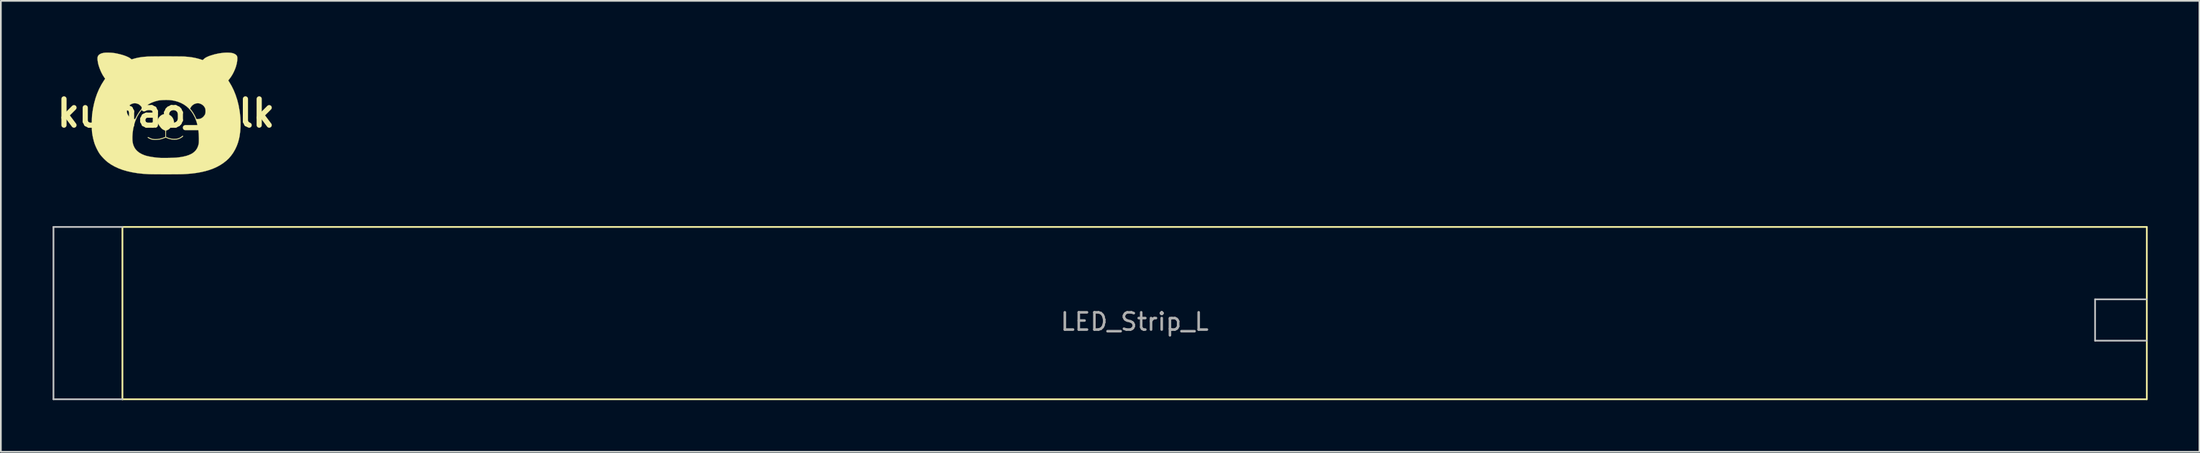
<source format=kicad_pcb>
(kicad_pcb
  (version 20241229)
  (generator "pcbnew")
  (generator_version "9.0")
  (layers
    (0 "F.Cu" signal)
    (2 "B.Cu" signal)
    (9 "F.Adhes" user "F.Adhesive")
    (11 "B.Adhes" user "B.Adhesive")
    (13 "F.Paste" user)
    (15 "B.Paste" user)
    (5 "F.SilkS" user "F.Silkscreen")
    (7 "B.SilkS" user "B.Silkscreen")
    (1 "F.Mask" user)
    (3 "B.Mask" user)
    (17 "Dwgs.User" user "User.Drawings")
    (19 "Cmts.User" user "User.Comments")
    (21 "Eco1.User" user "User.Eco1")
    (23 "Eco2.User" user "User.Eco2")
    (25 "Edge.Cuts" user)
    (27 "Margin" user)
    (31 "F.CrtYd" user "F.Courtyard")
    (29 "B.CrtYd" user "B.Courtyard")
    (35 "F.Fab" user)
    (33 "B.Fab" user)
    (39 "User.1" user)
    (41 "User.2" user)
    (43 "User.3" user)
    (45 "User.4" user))
  (footprint "LED_Strip_L"
    (layer "F.Cu")
    (at 62.75 15.122)
    (property "Reference" "LED_Strip_L" (at 0 0.5 0) (layer "F.Fab") (effects (font (size 1 1) (thickness 0.15))))
    (attr through_hole)
    (fp_line (start -58.7 -5) (end 58.7 -5) (stroke (width 0.1) (type solid)) (layer "F.SilkS"))
    (fp_line (start -58.7 5) (end -58.7 -5) (stroke (width 0.1) (type solid)) (layer "F.SilkS"))
    (fp_line (start 58.7 -5) (end 58.7 5) (stroke (width 0.1) (type solid)) (layer "F.SilkS"))
    (fp_line (start 58.7 5) (end -58.7 5) (stroke (width 0.1) (type solid)) (layer "F.SilkS"))
    (fp_line (start -62.7 -5) (end -62.7 5) (stroke (width 0.1) (type solid)) (layer "Dwgs.User"))
    (fp_line (start -62.7 5) (end -58.7 5) (stroke (width 0.1) (type solid)) (layer "Dwgs.User"))
    (fp_line (start -58.7 -5) (end -62.7 -5) (stroke (width 0.1) (type solid)) (layer "Dwgs.User"))
    (fp_line (start 55.7 -0.8) (end 58.7 -0.8) (stroke (width 0.1) (type solid)) (layer "Dwgs.User"))
    (fp_line (start 55.7 1.6) (end 55.7 -0.8) (stroke (width 0.1) (type solid)) (layer "Dwgs.User"))
    (fp_line (start 58.7 1.6) (end 55.7 1.6) (stroke (width 0.1) (type solid)) (layer "Dwgs.User")))
  (footprint "kumao_silk"
    (layer "F.Cu")
    (at 6.575 3.524)
    (property "Reference" "kumao_silk" (at 0 0 0) (layer "F.SilkS") (effects (font (size 1.524 1.524) (thickness 0.3))))
    (attr through_hole)
    (fp_poly (pts (xy 0.04 0.052) (xy 0.082 0.055) (xy 0.114 0.06) (xy 0.144 0.069) (xy 0.178 0.084) (xy 0.188 0.089) (xy 0.276 0.143) (xy 0.349 0.214) (xy 0.405 0.298) (xy 0.443 0.395) (xy 0.453 0.442) (xy 0.466 0.516) (xy 0.417 0.607) (xy 0.375 0.678) (xy 0.327 0.749) (xy 0.277 0.815) (xy 0.229 0.87) (xy 0.192 0.906) (xy 0.146 0.939) (xy 0.098 0.966) (xy 0.056 0.986) (xy 0.024 0.993) (xy 0.024 0.993) (xy 0.015 0.994) (xy 0.009 0.999) (xy 0.004 1.012) (xy 0.002 1.035) (xy 0.001 1.072) (xy 0.000061 1.127) (xy 0 1.182) (xy 0 1.371) (xy 0.066 1.4) (xy 0.176 1.442) (xy 0.288 1.47) (xy 0.41 1.484) (xy 0.445 1.486) (xy 0.565 1.485) (xy 0.671 1.47) (xy 0.767 1.438) (xy 0.855 1.39) (xy 0.918 1.344) (xy 0.952 1.318) (xy 0.974 1.306) (xy 0.987 1.305) (xy 0.992 1.31) (xy 0.993 1.327) (xy 0.976 1.351) (xy 0.944 1.38) (xy 0.901 1.41) (xy 0.848 1.441) (xy 0.791 1.469) (xy 0.731 1.494) (xy 0.704 1.503) (xy 0.603 1.524) (xy 0.489 1.531) (xy 0.368 1.523) (xy 0.245 1.502) (xy 0.125 1.467) (xy 0.053 1.438) (xy -0.014 1.409) (xy -0.122 1.449) (xy -0.233 1.487) (xy -0.334 1.514) (xy -0.431 1.531) (xy -0.534 1.54) (xy -0.566 1.542) (xy -0.65 1.543) (xy -0.717 1.54) (xy -0.774 1.532) (xy -0.79 1.529) (xy -0.85 1.513) (xy -0.909 1.492) (xy -0.962 1.469) (xy -1.007 1.445) (xy -1.039 1.422) (xy -1.057 1.401) (xy -1.055 1.386) (xy -1.055 1.386) (xy -1.041 1.382) (xy -1.017 1.39) (xy -0.986 1.408) (xy -0.882 1.459) (xy -0.766 1.492) (xy -0.639 1.506) (xy -0.502 1.501) (xy -0.358 1.478) (xy -0.207 1.437) (xy -0.193 1.432) (xy -0.145 1.415) (xy -0.103 1.4) (xy -0.072 1.387) (xy -0.066 1.385) (xy -0.035 1.37) (xy -0.035 1.187) (xy -0.035 1.118) (xy -0.036 1.068) (xy -0.038 1.034) (xy -0.041 1.014) (xy -0.046 1.003) (xy -0.054 0.998) (xy -0.055 0.997) (xy -0.149 0.957) (xy -0.219 0.911) (xy -0.265 0.868) (xy -0.316 0.809) (xy -0.369 0.74) (xy -0.418 0.666) (xy -0.451 0.607) (xy -0.5 0.516) (xy -0.488 0.442) (xy -0.459 0.341) (xy -0.411 0.251) (xy -0.346 0.173) (xy -0.264 0.111) (xy -0.223 0.089) (xy -0.186 0.072) (xy -0.156 0.062) (xy -0.125 0.056) (xy -0.087 0.053) (xy -0.034 0.052) (xy -0.017 0.052) (xy 0.04 0.052)) (stroke (width 0.01) (type solid)) (fill yes) (layer "F.SilkS"))
    (fp_poly (pts (xy -3.251 -3.516) (xy -3.148 -3.51) (xy -3.049 -3.5) (xy -2.961 -3.488) (xy -2.808 -3.458) (xy -2.66 -3.423) (xy -2.52 -3.384) (xy -2.391 -3.342) (xy -2.275 -3.297) (xy -2.175 -3.251) (xy -2.094 -3.204) (xy -2.044 -3.167) (xy -1.996 -3.126) (xy -1.873 -3.162) (xy -1.719 -3.203) (xy -1.566 -3.235) (xy -1.409 -3.26) (xy -1.241 -3.278) (xy -1.057 -3.291) (xy -1.001 -3.293) (xy -0.924 -3.295) (xy -0.828 -3.296) (xy -0.718 -3.298) (xy -0.594 -3.299) (xy -0.46 -3.3) (xy -0.317 -3.301) (xy -0.17 -3.301) (xy -0.019 -3.301) (xy 0.132 -3.301) (xy 0.281 -3.301) (xy 0.426 -3.3) (xy 0.564 -3.299) (xy 0.692 -3.298) (xy 0.808 -3.297) (xy 0.91 -3.296) (xy 0.994 -3.294) (xy 1.059 -3.292) (xy 1.08 -3.291) (xy 1.301 -3.273) (xy 1.52 -3.244) (xy 1.731 -3.203) (xy 1.929 -3.152) (xy 2.049 -3.114) (xy 2.13 -3.086) (xy 2.203 -3.152) (xy 2.258 -3.198) (xy 2.322 -3.239) (xy 2.398 -3.277) (xy 2.49 -3.316) (xy 2.577 -3.347) (xy 2.834 -3.424) (xy 3.087 -3.478) (xy 3.337 -3.51) (xy 3.475 -3.518) (xy 3.617 -3.518) (xy 3.74 -3.511) (xy 3.843 -3.494) (xy 3.931 -3.468) (xy 4.003 -3.433) (xy 4.051 -3.399) (xy 4.087 -3.366) (xy 4.111 -3.334) (xy 4.127 -3.299) (xy 4.135 -3.255) (xy 4.138 -3.197) (xy 4.138 -3.158) (xy 4.129 -3.023) (xy 4.103 -2.878) (xy 4.063 -2.726) (xy 4.009 -2.572) (xy 3.942 -2.417) (xy 3.866 -2.268) (xy 3.78 -2.127) (xy 3.687 -1.999) (xy 3.675 -1.983) (xy 3.612 -1.906) (xy 3.662 -1.828) (xy 3.806 -1.584) (xy 3.933 -1.325) (xy 4.043 -1.051) (xy 4.136 -0.764) (xy 4.211 -0.465) (xy 4.267 -0.154) (xy 4.284 -0.039) (xy 4.312 0.244) (xy 4.325 0.523) (xy 4.323 0.795) (xy 4.305 1.056) (xy 4.272 1.306) (xy 4.241 1.466) (xy 4.183 1.684) (xy 4.107 1.894) (xy 4.013 2.095) (xy 3.905 2.283) (xy 3.781 2.458) (xy 3.645 2.616) (xy 3.51 2.744) (xy 3.339 2.879) (xy 3.157 3) (xy 2.961 3.109) (xy 2.75 3.204) (xy 2.526 3.287) (xy 2.285 3.358) (xy 2.027 3.417) (xy 1.753 3.465) (xy 1.459 3.501) (xy 1.147 3.525) (xy 1.004 3.533) (xy 0.943 3.535) (xy 0.861 3.537) (xy 0.761 3.538) (xy 0.646 3.54) (xy 0.518 3.541) (xy 0.381 3.541) (xy 0.237 3.542) (xy 0.089 3.542) (xy -0.061 3.542) (xy -0.211 3.542) (xy -0.356 3.541) (xy -0.495 3.541) (xy -0.626 3.54) (xy -0.744 3.538) (xy -0.848 3.537) (xy -0.935 3.535) (xy -1.003 3.533) (xy -1.016 3.532) (xy -1.35 3.511) (xy -1.667 3.475) (xy -1.965 3.425) (xy -2.246 3.362) (xy -2.508 3.286) (xy -2.752 3.195) (xy -2.977 3.091) (xy -3.184 2.974) (xy -3.373 2.843) (xy -3.404 2.818) (xy -3.489 2.745) (xy -3.579 2.66) (xy -3.667 2.568) (xy -3.75 2.476) (xy -3.82 2.388) (xy -3.836 2.366) (xy -3.894 2.278) (xy -3.953 2.174) (xy -4.012 2.06) (xy -4.067 1.942) (xy -4.116 1.826) (xy -4.149 1.733) (xy -4.187 1.604) (xy -4.218 1.478) (xy -1.948 1.478) (xy -1.943 1.593) (xy -1.93 1.696) (xy -1.908 1.791) (xy -1.883 1.87) (xy -1.825 1.995) (xy -1.749 2.107) (xy -1.653 2.206) (xy -1.538 2.294) (xy -1.403 2.37) (xy -1.248 2.435) (xy -1.213 2.447) (xy -1.108 2.478) (xy -0.984 2.506) (xy -0.846 2.532) (xy -0.698 2.554) (xy -0.544 2.573) (xy -0.39 2.586) (xy -0.318 2.591) (xy -0.268 2.592) (xy -0.2 2.593) (xy -0.117 2.593) (xy -0.024 2.593) (xy 0.075 2.592) (xy 0.177 2.59) (xy 0.278 2.588) (xy 0.372 2.585) (xy 0.458 2.582) (xy 0.53 2.579) (xy 0.584 2.576) (xy 0.6 2.575) (xy 0.811 2.55) (xy 1.001 2.517) (xy 1.171 2.477) (xy 1.321 2.427) (xy 1.452 2.369) (xy 1.565 2.301) (xy 1.661 2.223) (xy 1.741 2.135) (xy 1.806 2.035) (xy 1.855 1.924) (xy 1.884 1.829) (xy 1.893 1.794) (xy 1.899 1.761) (xy 1.904 1.726) (xy 1.907 1.686) (xy 1.909 1.636) (xy 1.91 1.572) (xy 1.91 1.491) (xy 1.91 1.455) (xy 1.901 1.192) (xy 1.875 0.944) (xy 1.833 0.712) (xy 1.775 0.495) (xy 1.7 0.292) (xy 1.663 0.211) (xy 1.565 0.03) (xy 1.454 -0.133) (xy 1.339 -0.265) (xy 1.396 -0.265) (xy 1.453 -0.199) (xy 1.516 -0.119) (xy 1.58 -0.024) (xy 1.641 0.08) (xy 1.696 0.185) (xy 1.698 0.19) (xy 1.721 0.239) (xy 1.739 0.28) (xy 1.751 0.31) (xy 1.755 0.322) (xy 1.765 0.333) (xy 1.793 0.339) (xy 1.834 0.341) (xy 1.883 0.337) (xy 1.934 0.329) (xy 1.983 0.317) (xy 2.005 0.31) (xy 2.092 0.266) (xy 2.169 0.202) (xy 2.232 0.123) (xy 2.266 0.063) (xy 2.278 0.033) (xy 2.286 0.002) (xy 2.29 -0.035) (xy 2.292 -0.085) (xy 2.292 -0.121) (xy 2.291 -0.18) (xy 2.289 -0.222) (xy 2.283 -0.255) (xy 2.274 -0.284) (xy 2.261 -0.315) (xy 2.21 -0.397) (xy 2.142 -0.468) (xy 2.06 -0.524) (xy 1.97 -0.563) (xy 1.908 -0.578) (xy 1.813 -0.582) (xy 1.719 -0.565) (xy 1.63 -0.529) (xy 1.549 -0.476) (xy 1.481 -0.409) (xy 1.43 -0.332) (xy 1.396 -0.265) (xy 1.339 -0.265) (xy 1.328 -0.277) (xy 1.189 -0.403) (xy 1.036 -0.511) (xy 0.868 -0.6) (xy 0.686 -0.672) (xy 0.49 -0.726) (xy 0.315 -0.757) (xy 0.227 -0.766) (xy 0.124 -0.771) (xy 0.012 -0.773) (xy -0.103 -0.771) (xy -0.215 -0.766) (xy -0.319 -0.758) (xy -0.408 -0.746) (xy -0.443 -0.74) (xy -0.643 -0.688) (xy -0.83 -0.618) (xy -1.004 -0.529) (xy -1.165 -0.42) (xy -1.311 -0.294) (xy -1.445 -0.148) (xy -1.564 0.015) (xy -1.669 0.197) (xy -1.683 0.225) (xy -1.775 0.435) (xy -1.847 0.658) (xy -1.9 0.894) (xy -1.934 1.142) (xy -1.947 1.345) (xy -1.948 1.478) (xy -4.218 1.478) (xy -4.223 1.461) (xy -4.254 1.311) (xy -4.278 1.165) (xy -4.286 1.108) (xy -4.291 1.046) (xy -4.296 0.965) (xy -4.299 0.869) (xy -4.301 0.763) (xy -4.301 0.649) (xy -4.3 0.533) (xy -4.299 0.419) (xy -4.296 0.31) (xy -4.291 0.21) (xy -4.286 0.125) (xy -4.28 0.058) (xy -4.257 -0.098) (xy -2.27 -0.098) (xy -2.255 -0.008) (xy -2.221 0.079) (xy -2.171 0.158) (xy -2.106 0.227) (xy -2.03 0.282) (xy -1.943 0.321) (xy -1.893 0.334) (xy -1.854 0.341) (xy -1.825 0.344) (xy -1.803 0.34) (xy -1.785 0.325) (xy -1.766 0.297) (xy -1.744 0.254) (xy -1.722 0.21) (xy -1.641 0.063) (xy -1.553 -0.074) (xy -1.46 -0.195) (xy -1.445 -0.213) (xy -1.375 -0.293) (xy -1.405 -0.349) (xy -1.449 -0.411) (xy -1.508 -0.47) (xy -1.574 -0.519) (xy -1.61 -0.538) (xy -1.707 -0.571) (xy -1.804 -0.582) (xy -1.898 -0.573) (xy -1.988 -0.545) (xy -2.069 -0.499) (xy -2.14 -0.438) (xy -2.199 -0.361) (xy -2.242 -0.271) (xy -2.264 -0.19) (xy -2.27 -0.098) (xy -4.257 -0.098) (xy -4.232 -0.267) (xy -4.167 -0.575) (xy -4.087 -0.868) (xy -3.99 -1.146) (xy -3.876 -1.41) (xy -3.746 -1.66) (xy -3.619 -1.866) (xy -3.527 -2.006) (xy -3.593 -2.102) (xy -3.67 -2.222) (xy -3.741 -2.355) (xy -3.805 -2.497) (xy -3.861 -2.643) (xy -3.908 -2.787) (xy -3.942 -2.927) (xy -3.963 -3.056) (xy -3.968 -3.111) (xy -3.97 -3.189) (xy -3.966 -3.249) (xy -3.954 -3.297) (xy -3.932 -3.338) (xy -3.9 -3.377) (xy -3.892 -3.384) (xy -3.842 -3.425) (xy -3.781 -3.458) (xy -3.706 -3.484) (xy -3.611 -3.505) (xy -3.602 -3.507) (xy -3.535 -3.515) (xy -3.45 -3.519) (xy -3.354 -3.519) (xy -3.251 -3.516)) (stroke (width 0.01) (type solid)) (fill yes) (layer "F.SilkS")))
  (gr_rect
    (start -3 -3)
    (end 124.5 23.172)
    (stroke (width 0.1) (type default))
    (fill no)
    (layer "Edge.Cuts")))
</source>
